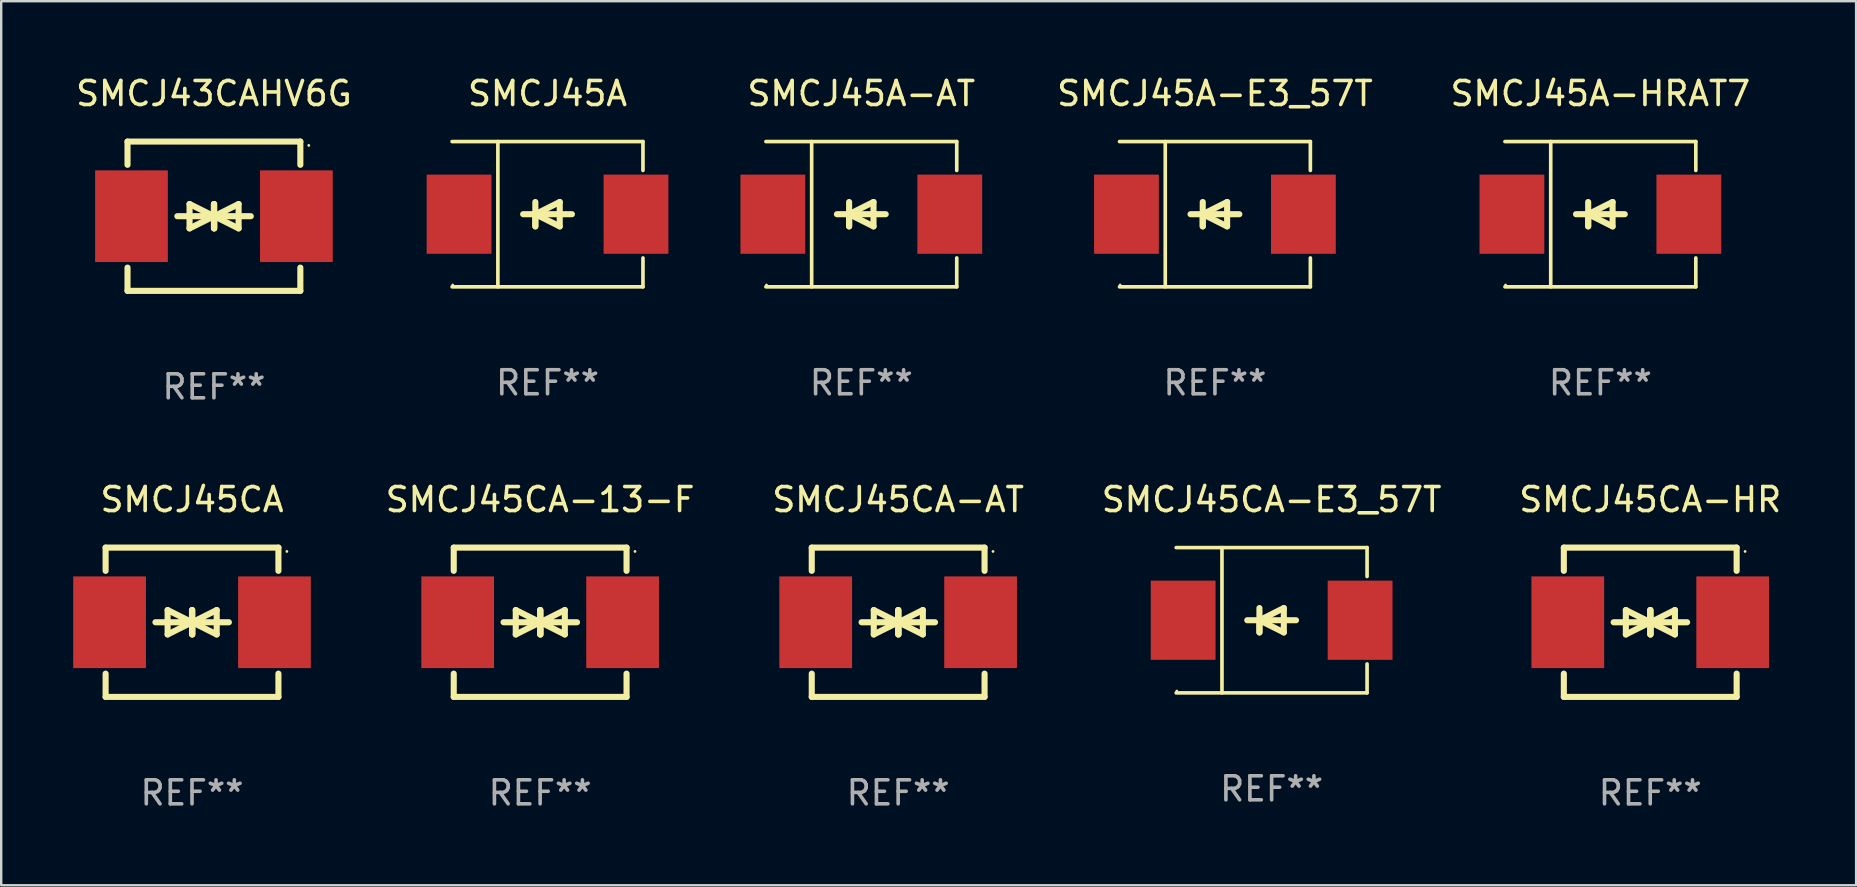
<source format=kicad_pcb>
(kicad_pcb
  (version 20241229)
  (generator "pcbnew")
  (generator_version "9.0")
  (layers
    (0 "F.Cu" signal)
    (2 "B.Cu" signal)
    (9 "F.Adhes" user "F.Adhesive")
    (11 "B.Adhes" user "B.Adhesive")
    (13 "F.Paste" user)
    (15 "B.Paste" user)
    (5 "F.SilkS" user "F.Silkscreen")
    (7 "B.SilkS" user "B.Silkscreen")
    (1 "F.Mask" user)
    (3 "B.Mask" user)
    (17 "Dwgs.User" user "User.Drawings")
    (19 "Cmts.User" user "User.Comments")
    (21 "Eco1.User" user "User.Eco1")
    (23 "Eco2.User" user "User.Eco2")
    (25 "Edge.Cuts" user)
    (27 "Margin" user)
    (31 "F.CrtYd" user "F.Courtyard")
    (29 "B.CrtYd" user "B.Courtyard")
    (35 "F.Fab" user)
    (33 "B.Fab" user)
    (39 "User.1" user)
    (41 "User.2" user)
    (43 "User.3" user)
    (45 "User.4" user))
  (footprint "SMCJ45A-AT"
    (layer "F.Cu")
    (at 32.835 5.874)
    (property "Reference" "SMCJ45A-AT" (at 0 -5.026 0) (layer "F.SilkS") (effects (font (size 1 1) (thickness 0.15))))
    (attr through_hole)
    (fp_line (start -3.976 -3.026) (end 3.976 -3.026) (stroke (width 0.152) (type solid)) (layer "F.SilkS"))
    (fp_line (start -3.976 3.026) (end 3.976 3.026) (stroke (width 0.152) (type solid)) (layer "F.SilkS"))
    (fp_line (start -2.069 -3.026) (end -2.069 3.026) (stroke (width 0.152) (type solid)) (layer "F.SilkS"))
    (fp_line (start -0.508 0) (end -0.508 0.508) (stroke (width 0.254) (type solid)) (layer "F.SilkS"))
    (fp_line (start -0.508 0) (end 0.508 0.508) (stroke (width 0.254) (type solid)) (layer "F.SilkS"))
    (fp_line (start -0.508 0.508) (end -0.508 -0.508) (stroke (width 0.254) (type solid)) (layer "F.SilkS"))
    (fp_line (start 0.508 -0.508) (end -0.508 0) (stroke (width 0.254) (type solid)) (layer "F.SilkS"))
    (fp_line (start 0.508 0.508) (end 0.508 -0.508) (stroke (width 0.254) (type solid)) (layer "F.SilkS"))
    (fp_line (start 1.016 0) (end -1.016 0) (stroke (width 0.254) (type solid)) (layer "F.SilkS"))
    (fp_line (start 3.976 -3.026) (end 3.976 -1.823) (stroke (width 0.152) (type solid)) (layer "F.SilkS"))
    (fp_line (start 3.976 3.026) (end 3.976 1.823) (stroke (width 0.152) (type solid)) (layer "F.SilkS"))
    (fp_circle (center -3.95 2.95) (end -3.92 2.95) (stroke (width 0.06) (type solid)) (fill no) (layer "F.SilkS"))
    (fp_text user "REF**" (at 0 7.026 0) (layer "F.Fab") (effects (font (size 1 1) (thickness 0.15))))
    (pad "1" smd rect (at -3.686 0) (size 2.7 3.3) (layers "F.Cu" "F.Mask" "F.Paste"))
    (pad "2" smd rect (at 3.686 0) (size 2.7 3.3) (layers "F.Cu" "F.Mask" "F.Paste")))
  (footprint "SMCJ45A"
    (layer "F.Cu")
    (at 19.762 5.874)
    (property "Reference" "SMCJ45A" (at 0 -5.026 0) (layer "F.SilkS") (effects (font (size 1 1) (thickness 0.15))))
    (attr through_hole)
    (fp_line (start -3.976 -3.026) (end 3.976 -3.026) (stroke (width 0.152) (type solid)) (layer "F.SilkS"))
    (fp_line (start -3.976 3.026) (end 3.976 3.026) (stroke (width 0.152) (type solid)) (layer "F.SilkS"))
    (fp_line (start -2.069 -3.026) (end -2.069 3.026) (stroke (width 0.152) (type solid)) (layer "F.SilkS"))
    (fp_line (start -0.508 0) (end -0.508 0.508) (stroke (width 0.254) (type solid)) (layer "F.SilkS"))
    (fp_line (start -0.508 0) (end 0.508 0.508) (stroke (width 0.254) (type solid)) (layer "F.SilkS"))
    (fp_line (start -0.508 0.508) (end -0.508 -0.508) (stroke (width 0.254) (type solid)) (layer "F.SilkS"))
    (fp_line (start 0.508 -0.508) (end -0.508 0) (stroke (width 0.254) (type solid)) (layer "F.SilkS"))
    (fp_line (start 0.508 0.508) (end 0.508 -0.508) (stroke (width 0.254) (type solid)) (layer "F.SilkS"))
    (fp_line (start 1.016 0) (end -1.016 0) (stroke (width 0.254) (type solid)) (layer "F.SilkS"))
    (fp_line (start 3.976 -3.026) (end 3.976 -1.823) (stroke (width 0.152) (type solid)) (layer "F.SilkS"))
    (fp_line (start 3.976 3.026) (end 3.976 1.823) (stroke (width 0.152) (type solid)) (layer "F.SilkS"))
    (fp_circle (center -3.95 2.95) (end -3.92 2.95) (stroke (width 0.06) (type solid)) (fill no) (layer "F.SilkS"))
    (fp_text user "REF**" (at 0 7.026 0) (layer "F.Fab") (effects (font (size 1 1) (thickness 0.15))))
    (pad "1" smd rect (at -3.686 0) (size 2.7 3.3) (layers "F.Cu" "F.Mask" "F.Paste"))
    (pad "2" smd rect (at 3.686 0) (size 2.7 3.3) (layers "F.Cu" "F.Mask" "F.Paste")))
  (footprint "SMCJ45A-E3_57T"
    (layer "F.Cu")
    (at 47.568 5.874)
    (property "Reference" "SMCJ45A-E3_57T" (at 0 -5.026 0) (layer "F.SilkS") (effects (font (size 1 1) (thickness 0.15))))
    (attr through_hole)
    (fp_line (start -3.976 -3.026) (end 3.976 -3.026) (stroke (width 0.152) (type solid)) (layer "F.SilkS"))
    (fp_line (start -3.976 3.026) (end 3.976 3.026) (stroke (width 0.152) (type solid)) (layer "F.SilkS"))
    (fp_line (start -2.069 -3.026) (end -2.069 3.026) (stroke (width 0.152) (type solid)) (layer "F.SilkS"))
    (fp_line (start -0.508 0) (end -0.508 0.508) (stroke (width 0.254) (type solid)) (layer "F.SilkS"))
    (fp_line (start -0.508 0) (end 0.508 0.508) (stroke (width 0.254) (type solid)) (layer "F.SilkS"))
    (fp_line (start -0.508 0.508) (end -0.508 -0.508) (stroke (width 0.254) (type solid)) (layer "F.SilkS"))
    (fp_line (start 0.508 -0.508) (end -0.508 0) (stroke (width 0.254) (type solid)) (layer "F.SilkS"))
    (fp_line (start 0.508 0.508) (end 0.508 -0.508) (stroke (width 0.254) (type solid)) (layer "F.SilkS"))
    (fp_line (start 1.016 0) (end -1.016 0) (stroke (width 0.254) (type solid)) (layer "F.SilkS"))
    (fp_line (start 3.976 -3.026) (end 3.976 -1.823) (stroke (width 0.152) (type solid)) (layer "F.SilkS"))
    (fp_line (start 3.976 3.026) (end 3.976 1.823) (stroke (width 0.152) (type solid)) (layer "F.SilkS"))
    (fp_circle (center -3.95 2.95) (end -3.92 2.95) (stroke (width 0.06) (type solid)) (fill no) (layer "F.SilkS"))
    (fp_text user "REF**" (at 0 7.026 0) (layer "F.Fab") (effects (font (size 1 1) (thickness 0.15))))
    (pad "1" smd rect (at -3.686 0) (size 2.7 3.3) (layers "F.Cu" "F.Mask" "F.Paste"))
    (pad "2" smd rect (at 3.686 0) (size 2.7 3.3) (layers "F.Cu" "F.Mask" "F.Paste")))
  (footprint "SMCJ43CAHV6G"
    (layer "F.Cu")
    (at 5.863 5.958)
    (property "Reference" "SMCJ43CAHV6G" (at 0 -5.11 0) (layer "F.SilkS") (effects (font (size 1 1) (thickness 0.15))))
    (attr through_hole)
    (fp_line (start -3.6 -2.141) (end -3.6 -3.11) (stroke (width 0.254) (type solid)) (layer "F.SilkS"))
    (fp_line (start -3.6 3.11) (end -3.6 2.141) (stroke (width 0.254) (type solid)) (layer "F.SilkS"))
    (fp_line (start -1.524 0) (end 0.508 0) (stroke (width 0.254) (type solid)) (layer "F.SilkS"))
    (fp_line (start -1.016 -0.508) (end -1.016 0.508) (stroke (width 0.254) (type solid)) (layer "F.SilkS"))
    (fp_line (start -1.016 0.508) (end 0 0) (stroke (width 0.254) (type solid)) (layer "F.SilkS"))
    (fp_line (start 0 -0.508) (end 0 0.508) (stroke (width 0.254) (type solid)) (layer "F.SilkS"))
    (fp_line (start 0 0) (end -1.016 -0.508) (stroke (width 0.254) (type solid)) (layer "F.SilkS"))
    (fp_line (start 0 0) (end 0 -0.508) (stroke (width 0.254) (type solid)) (layer "F.SilkS"))
    (fp_line (start 0.012 0) (end 0.012 0.508) (stroke (width 0.254) (type solid)) (layer "F.SilkS"))
    (fp_line (start 0.012 0) (end 1.028 0.508) (stroke (width 0.254) (type solid)) (layer "F.SilkS"))
    (fp_line (start 0.012 0.508) (end 0.012 -0.508) (stroke (width 0.254) (type solid)) (layer "F.SilkS"))
    (fp_line (start 1.028 -0.508) (end 0.012 0) (stroke (width 0.254) (type solid)) (layer "F.SilkS"))
    (fp_line (start 1.028 0.508) (end 1.028 -0.508) (stroke (width 0.254) (type solid)) (layer "F.SilkS"))
    (fp_line (start 1.536 0) (end -0.496 0) (stroke (width 0.254) (type solid)) (layer "F.SilkS"))
    (fp_line (start 3.6 -3.11) (end -3.6 -3.11) (stroke (width 0.254) (type solid)) (layer "F.SilkS"))
    (fp_line (start 3.6 -2.141) (end 3.6 -3.11) (stroke (width 0.254) (type solid)) (layer "F.SilkS"))
    (fp_line (start 3.6 3.11) (end -3.6 3.11) (stroke (width 0.254) (type solid)) (layer "F.SilkS"))
    (fp_line (start 3.6 3.11) (end 3.6 2.141) (stroke (width 0.254) (type solid)) (layer "F.SilkS"))
    (fp_circle (center 3.952 -2.95) (end 3.982 -2.95) (stroke (width 0.06) (type solid)) (fill no) (layer "F.SilkS"))
    (fp_text user "REF**" (at 0 7.11 0) (layer "F.Fab") (effects (font (size 1 1) (thickness 0.15))))
    (pad "1" smd rect (at 3.435 0) (size 3.03 3.82) (layers "F.Cu" "F.Mask" "F.Paste"))
    (pad "2" smd rect (at -3.435 0) (size 3.03 3.82) (layers "F.Cu" "F.Mask" "F.Paste")))
  (footprint "SMCJ45CA-E3_57T"
    (layer "F.Cu")
    (at 49.93 22.791)
    (property "Reference" "SMCJ45CA-E3_57T" (at 0 -5.026 0) (layer "F.SilkS") (effects (font (size 1 1) (thickness 0.15))))
    (attr through_hole)
    (fp_line (start -3.976 -3.026) (end 3.976 -3.026) (stroke (width 0.152) (type solid)) (layer "F.SilkS"))
    (fp_line (start -3.976 3.026) (end 3.976 3.026) (stroke (width 0.152) (type solid)) (layer "F.SilkS"))
    (fp_line (start -2.069 -3.026) (end -2.069 3.026) (stroke (width 0.152) (type solid)) (layer "F.SilkS"))
    (fp_line (start -0.508 0) (end -0.508 0.508) (stroke (width 0.254) (type solid)) (layer "F.SilkS"))
    (fp_line (start -0.508 0) (end 0.508 0.508) (stroke (width 0.254) (type solid)) (layer "F.SilkS"))
    (fp_line (start -0.508 0.508) (end -0.508 -0.508) (stroke (width 0.254) (type solid)) (layer "F.SilkS"))
    (fp_line (start 0.508 -0.508) (end -0.508 0) (stroke (width 0.254) (type solid)) (layer "F.SilkS"))
    (fp_line (start 0.508 0.508) (end 0.508 -0.508) (stroke (width 0.254) (type solid)) (layer "F.SilkS"))
    (fp_line (start 1.016 0) (end -1.016 0) (stroke (width 0.254) (type solid)) (layer "F.SilkS"))
    (fp_line (start 3.976 -3.026) (end 3.976 -1.823) (stroke (width 0.152) (type solid)) (layer "F.SilkS"))
    (fp_line (start 3.976 3.026) (end 3.976 1.823) (stroke (width 0.152) (type solid)) (layer "F.SilkS"))
    (fp_circle (center -3.95 2.95) (end -3.92 2.95) (stroke (width 0.06) (type solid)) (fill no) (layer "F.SilkS"))
    (fp_text user "REF**" (at 0 7.026 0) (layer "F.Fab") (effects (font (size 1 1) (thickness 0.15))))
    (pad "1" smd rect (at -3.686 0) (size 2.7 3.3) (layers "F.Cu" "F.Mask" "F.Paste"))
    (pad "2" smd rect (at 3.686 0) (size 2.7 3.3) (layers "F.Cu" "F.Mask" "F.Paste")))
  (footprint "SMCJ45CA"
    (layer "F.Cu")
    (at 4.95 22.875)
    (property "Reference" "SMCJ45CA" (at 0 -5.11 0) (layer "F.SilkS") (effects (font (size 1 1) (thickness 0.15))))
    (attr through_hole)
    (fp_line (start -3.6 -2.141) (end -3.6 -3.11) (stroke (width 0.254) (type solid)) (layer "F.SilkS"))
    (fp_line (start -3.6 3.11) (end -3.6 2.141) (stroke (width 0.254) (type solid)) (layer "F.SilkS"))
    (fp_line (start -1.524 0) (end 0.508 0) (stroke (width 0.254) (type solid)) (layer "F.SilkS"))
    (fp_line (start -1.016 -0.508) (end -1.016 0.508) (stroke (width 0.254) (type solid)) (layer "F.SilkS"))
    (fp_line (start -1.016 0.508) (end 0 0) (stroke (width 0.254) (type solid)) (layer "F.SilkS"))
    (fp_line (start 0 -0.508) (end 0 0.508) (stroke (width 0.254) (type solid)) (layer "F.SilkS"))
    (fp_line (start 0 0) (end -1.016 -0.508) (stroke (width 0.254) (type solid)) (layer "F.SilkS"))
    (fp_line (start 0 0) (end 0 -0.508) (stroke (width 0.254) (type solid)) (layer "F.SilkS"))
    (fp_line (start 0.012 0) (end 0.012 0.508) (stroke (width 0.254) (type solid)) (layer "F.SilkS"))
    (fp_line (start 0.012 0) (end 1.028 0.508) (stroke (width 0.254) (type solid)) (layer "F.SilkS"))
    (fp_line (start 0.012 0.508) (end 0.012 -0.508) (stroke (width 0.254) (type solid)) (layer "F.SilkS"))
    (fp_line (start 1.028 -0.508) (end 0.012 0) (stroke (width 0.254) (type solid)) (layer "F.SilkS"))
    (fp_line (start 1.028 0.508) (end 1.028 -0.508) (stroke (width 0.254) (type solid)) (layer "F.SilkS"))
    (fp_line (start 1.536 0) (end -0.496 0) (stroke (width 0.254) (type solid)) (layer "F.SilkS"))
    (fp_line (start 3.6 -3.11) (end -3.6 -3.11) (stroke (width 0.254) (type solid)) (layer "F.SilkS"))
    (fp_line (start 3.6 -2.141) (end 3.6 -3.11) (stroke (width 0.254) (type solid)) (layer "F.SilkS"))
    (fp_line (start 3.6 3.11) (end -3.6 3.11) (stroke (width 0.254) (type solid)) (layer "F.SilkS"))
    (fp_line (start 3.6 3.11) (end 3.6 2.141) (stroke (width 0.254) (type solid)) (layer "F.SilkS"))
    (fp_circle (center 3.952 -2.95) (end 3.982 -2.95) (stroke (width 0.06) (type solid)) (fill no) (layer "F.SilkS"))
    (fp_text user "REF**" (at 0 7.11 0) (layer "F.Fab") (effects (font (size 1 1) (thickness 0.15))))
    (pad "1" smd rect (at 3.435 0) (size 3.03 3.82) (layers "F.Cu" "F.Mask" "F.Paste"))
    (pad "2" smd rect (at -3.435 0) (size 3.03 3.82) (layers "F.Cu" "F.Mask" "F.Paste")))
  (footprint "SMCJ45CA-HR"
    (layer "F.Cu")
    (at 65.704 22.875)
    (property "Reference" "SMCJ45CA-HR" (at 0 -5.11 0) (layer "F.SilkS") (effects (font (size 1 1) (thickness 0.15))))
    (attr through_hole)
    (fp_line (start -3.6 -2.141) (end -3.6 -3.11) (stroke (width 0.254) (type solid)) (layer "F.SilkS"))
    (fp_line (start -3.6 3.11) (end -3.6 2.141) (stroke (width 0.254) (type solid)) (layer "F.SilkS"))
    (fp_line (start -1.524 0) (end 0.508 0) (stroke (width 0.254) (type solid)) (layer "F.SilkS"))
    (fp_line (start -1.016 -0.508) (end -1.016 0.508) (stroke (width 0.254) (type solid)) (layer "F.SilkS"))
    (fp_line (start -1.016 0.508) (end 0 0) (stroke (width 0.254) (type solid)) (layer "F.SilkS"))
    (fp_line (start 0 -0.508) (end 0 0.508) (stroke (width 0.254) (type solid)) (layer "F.SilkS"))
    (fp_line (start 0 0) (end -1.016 -0.508) (stroke (width 0.254) (type solid)) (layer "F.SilkS"))
    (fp_line (start 0 0) (end 0 -0.508) (stroke (width 0.254) (type solid)) (layer "F.SilkS"))
    (fp_line (start 0.012 0) (end 0.012 0.508) (stroke (width 0.254) (type solid)) (layer "F.SilkS"))
    (fp_line (start 0.012 0) (end 1.028 0.508) (stroke (width 0.254) (type solid)) (layer "F.SilkS"))
    (fp_line (start 0.012 0.508) (end 0.012 -0.508) (stroke (width 0.254) (type solid)) (layer "F.SilkS"))
    (fp_line (start 1.028 -0.508) (end 0.012 0) (stroke (width 0.254) (type solid)) (layer "F.SilkS"))
    (fp_line (start 1.028 0.508) (end 1.028 -0.508) (stroke (width 0.254) (type solid)) (layer "F.SilkS"))
    (fp_line (start 1.536 0) (end -0.496 0) (stroke (width 0.254) (type solid)) (layer "F.SilkS"))
    (fp_line (start 3.6 -3.11) (end -3.6 -3.11) (stroke (width 0.254) (type solid)) (layer "F.SilkS"))
    (fp_line (start 3.6 -2.141) (end 3.6 -3.11) (stroke (width 0.254) (type solid)) (layer "F.SilkS"))
    (fp_line (start 3.6 3.11) (end -3.6 3.11) (stroke (width 0.254) (type solid)) (layer "F.SilkS"))
    (fp_line (start 3.6 3.11) (end 3.6 2.141) (stroke (width 0.254) (type solid)) (layer "F.SilkS"))
    (fp_circle (center 3.952 -2.95) (end 3.982 -2.95) (stroke (width 0.06) (type solid)) (fill no) (layer "F.SilkS"))
    (fp_text user "REF**" (at 0 7.11 0) (layer "F.Fab") (effects (font (size 1 1) (thickness 0.15))))
    (pad "1" smd rect (at 3.435 0) (size 3.03 3.82) (layers "F.Cu" "F.Mask" "F.Paste"))
    (pad "2" smd rect (at -3.435 0) (size 3.03 3.82) (layers "F.Cu" "F.Mask" "F.Paste")))
  (footprint "SMCJ45CA-13-F"
    (layer "F.Cu")
    (at 19.454 22.875)
    (property "Reference" "SMCJ45CA-13-F" (at 0 -5.11 0) (layer "F.SilkS") (effects (font (size 1 1) (thickness 0.15))))
    (attr through_hole)
    (fp_line (start -3.6 -2.141) (end -3.6 -3.11) (stroke (width 0.254) (type solid)) (layer "F.SilkS"))
    (fp_line (start -3.6 3.11) (end -3.6 2.141) (stroke (width 0.254) (type solid)) (layer "F.SilkS"))
    (fp_line (start -1.524 0) (end 0.508 0) (stroke (width 0.254) (type solid)) (layer "F.SilkS"))
    (fp_line (start -1.016 -0.508) (end -1.016 0.508) (stroke (width 0.254) (type solid)) (layer "F.SilkS"))
    (fp_line (start -1.016 0.508) (end 0 0) (stroke (width 0.254) (type solid)) (layer "F.SilkS"))
    (fp_line (start 0 -0.508) (end 0 0.508) (stroke (width 0.254) (type solid)) (layer "F.SilkS"))
    (fp_line (start 0 0) (end -1.016 -0.508) (stroke (width 0.254) (type solid)) (layer "F.SilkS"))
    (fp_line (start 0 0) (end 0 -0.508) (stroke (width 0.254) (type solid)) (layer "F.SilkS"))
    (fp_line (start 0.012 0) (end 0.012 0.508) (stroke (width 0.254) (type solid)) (layer "F.SilkS"))
    (fp_line (start 0.012 0) (end 1.028 0.508) (stroke (width 0.254) (type solid)) (layer "F.SilkS"))
    (fp_line (start 0.012 0.508) (end 0.012 -0.508) (stroke (width 0.254) (type solid)) (layer "F.SilkS"))
    (fp_line (start 1.028 -0.508) (end 0.012 0) (stroke (width 0.254) (type solid)) (layer "F.SilkS"))
    (fp_line (start 1.028 0.508) (end 1.028 -0.508) (stroke (width 0.254) (type solid)) (layer "F.SilkS"))
    (fp_line (start 1.536 0) (end -0.496 0) (stroke (width 0.254) (type solid)) (layer "F.SilkS"))
    (fp_line (start 3.6 -3.11) (end -3.6 -3.11) (stroke (width 0.254) (type solid)) (layer "F.SilkS"))
    (fp_line (start 3.6 -2.141) (end 3.6 -3.11) (stroke (width 0.254) (type solid)) (layer "F.SilkS"))
    (fp_line (start 3.6 3.11) (end -3.6 3.11) (stroke (width 0.254) (type solid)) (layer "F.SilkS"))
    (fp_line (start 3.6 3.11) (end 3.6 2.141) (stroke (width 0.254) (type solid)) (layer "F.SilkS"))
    (fp_circle (center 3.952 -2.95) (end 3.982 -2.95) (stroke (width 0.06) (type solid)) (fill no) (layer "F.SilkS"))
    (fp_text user "REF**" (at 0 7.11 0) (layer "F.Fab") (effects (font (size 1 1) (thickness 0.15))))
    (pad "1" smd rect (at 3.435 0) (size 3.03 3.82) (layers "F.Cu" "F.Mask" "F.Paste"))
    (pad "2" smd rect (at -3.435 0) (size 3.03 3.82) (layers "F.Cu" "F.Mask" "F.Paste")))
  (footprint "SMCJ45CA-AT"
    (layer "F.Cu")
    (at 34.37 22.875)
    (property "Reference" "SMCJ45CA-AT" (at 0 -5.11 0) (layer "F.SilkS") (effects (font (size 1 1) (thickness 0.15))))
    (attr through_hole)
    (fp_line (start -3.6 -2.141) (end -3.6 -3.11) (stroke (width 0.254) (type solid)) (layer "F.SilkS"))
    (fp_line (start -3.6 3.11) (end -3.6 2.141) (stroke (width 0.254) (type solid)) (layer "F.SilkS"))
    (fp_line (start -1.524 0) (end 0.508 0) (stroke (width 0.254) (type solid)) (layer "F.SilkS"))
    (fp_line (start -1.016 -0.508) (end -1.016 0.508) (stroke (width 0.254) (type solid)) (layer "F.SilkS"))
    (fp_line (start -1.016 0.508) (end 0 0) (stroke (width 0.254) (type solid)) (layer "F.SilkS"))
    (fp_line (start 0 -0.508) (end 0 0.508) (stroke (width 0.254) (type solid)) (layer "F.SilkS"))
    (fp_line (start 0 0) (end -1.016 -0.508) (stroke (width 0.254) (type solid)) (layer "F.SilkS"))
    (fp_line (start 0 0) (end 0 -0.508) (stroke (width 0.254) (type solid)) (layer "F.SilkS"))
    (fp_line (start 0.012 0) (end 0.012 0.508) (stroke (width 0.254) (type solid)) (layer "F.SilkS"))
    (fp_line (start 0.012 0) (end 1.028 0.508) (stroke (width 0.254) (type solid)) (layer "F.SilkS"))
    (fp_line (start 0.012 0.508) (end 0.012 -0.508) (stroke (width 0.254) (type solid)) (layer "F.SilkS"))
    (fp_line (start 1.028 -0.508) (end 0.012 0) (stroke (width 0.254) (type solid)) (layer "F.SilkS"))
    (fp_line (start 1.028 0.508) (end 1.028 -0.508) (stroke (width 0.254) (type solid)) (layer "F.SilkS"))
    (fp_line (start 1.536 0) (end -0.496 0) (stroke (width 0.254) (type solid)) (layer "F.SilkS"))
    (fp_line (start 3.6 -3.11) (end -3.6 -3.11) (stroke (width 0.254) (type solid)) (layer "F.SilkS"))
    (fp_line (start 3.6 -2.141) (end 3.6 -3.11) (stroke (width 0.254) (type solid)) (layer "F.SilkS"))
    (fp_line (start 3.6 3.11) (end -3.6 3.11) (stroke (width 0.254) (type solid)) (layer "F.SilkS"))
    (fp_line (start 3.6 3.11) (end 3.6 2.141) (stroke (width 0.254) (type solid)) (layer "F.SilkS"))
    (fp_circle (center 3.952 -2.95) (end 3.982 -2.95) (stroke (width 0.06) (type solid)) (fill no) (layer "F.SilkS"))
    (fp_text user "REF**" (at 0 7.11 0) (layer "F.Fab") (effects (font (size 1 1) (thickness 0.15))))
    (pad "1" smd rect (at 3.435 0) (size 3.03 3.82) (layers "F.Cu" "F.Mask" "F.Paste"))
    (pad "2" smd rect (at -3.435 0) (size 3.03 3.82) (layers "F.Cu" "F.Mask" "F.Paste")))
  (footprint "SMCJ45A-HRAT7"
    (layer "F.Cu")
    (at 63.627 5.874)
    (property "Reference" "SMCJ45A-HRAT7" (at 0 -5.026 0) (layer "F.SilkS") (effects (font (size 1 1) (thickness 0.15))))
    (attr through_hole)
    (fp_line (start -3.976 -3.026) (end 3.976 -3.026) (stroke (width 0.152) (type solid)) (layer "F.SilkS"))
    (fp_line (start -3.976 3.026) (end 3.976 3.026) (stroke (width 0.152) (type solid)) (layer "F.SilkS"))
    (fp_line (start -2.069 -3.026) (end -2.069 3.026) (stroke (width 0.152) (type solid)) (layer "F.SilkS"))
    (fp_line (start -0.508 0) (end -0.508 0.508) (stroke (width 0.254) (type solid)) (layer "F.SilkS"))
    (fp_line (start -0.508 0) (end 0.508 0.508) (stroke (width 0.254) (type solid)) (layer "F.SilkS"))
    (fp_line (start -0.508 0.508) (end -0.508 -0.508) (stroke (width 0.254) (type solid)) (layer "F.SilkS"))
    (fp_line (start 0.508 -0.508) (end -0.508 0) (stroke (width 0.254) (type solid)) (layer "F.SilkS"))
    (fp_line (start 0.508 0.508) (end 0.508 -0.508) (stroke (width 0.254) (type solid)) (layer "F.SilkS"))
    (fp_line (start 1.016 0) (end -1.016 0) (stroke (width 0.254) (type solid)) (layer "F.SilkS"))
    (fp_line (start 3.976 -3.026) (end 3.976 -1.823) (stroke (width 0.152) (type solid)) (layer "F.SilkS"))
    (fp_line (start 3.976 3.026) (end 3.976 1.823) (stroke (width 0.152) (type solid)) (layer "F.SilkS"))
    (fp_circle (center -3.95 2.95) (end -3.92 2.95) (stroke (width 0.06) (type solid)) (fill no) (layer "F.SilkS"))
    (fp_text user "REF**" (at 0 7.026 0) (layer "F.Fab") (effects (font (size 1 1) (thickness 0.15))))
    (pad "1" smd rect (at -3.686 0) (size 2.7 3.3) (layers "F.Cu" "F.Mask" "F.Paste"))
    (pad "2" smd rect (at 3.686 0) (size 2.7 3.3) (layers "F.Cu" "F.Mask" "F.Paste")))
  (gr_rect
    (start -3 -3)
    (end 74.281 33.833)
    (stroke (width 0.1) (type default))
    (fill no)
    (layer "Edge.Cuts")))
</source>
